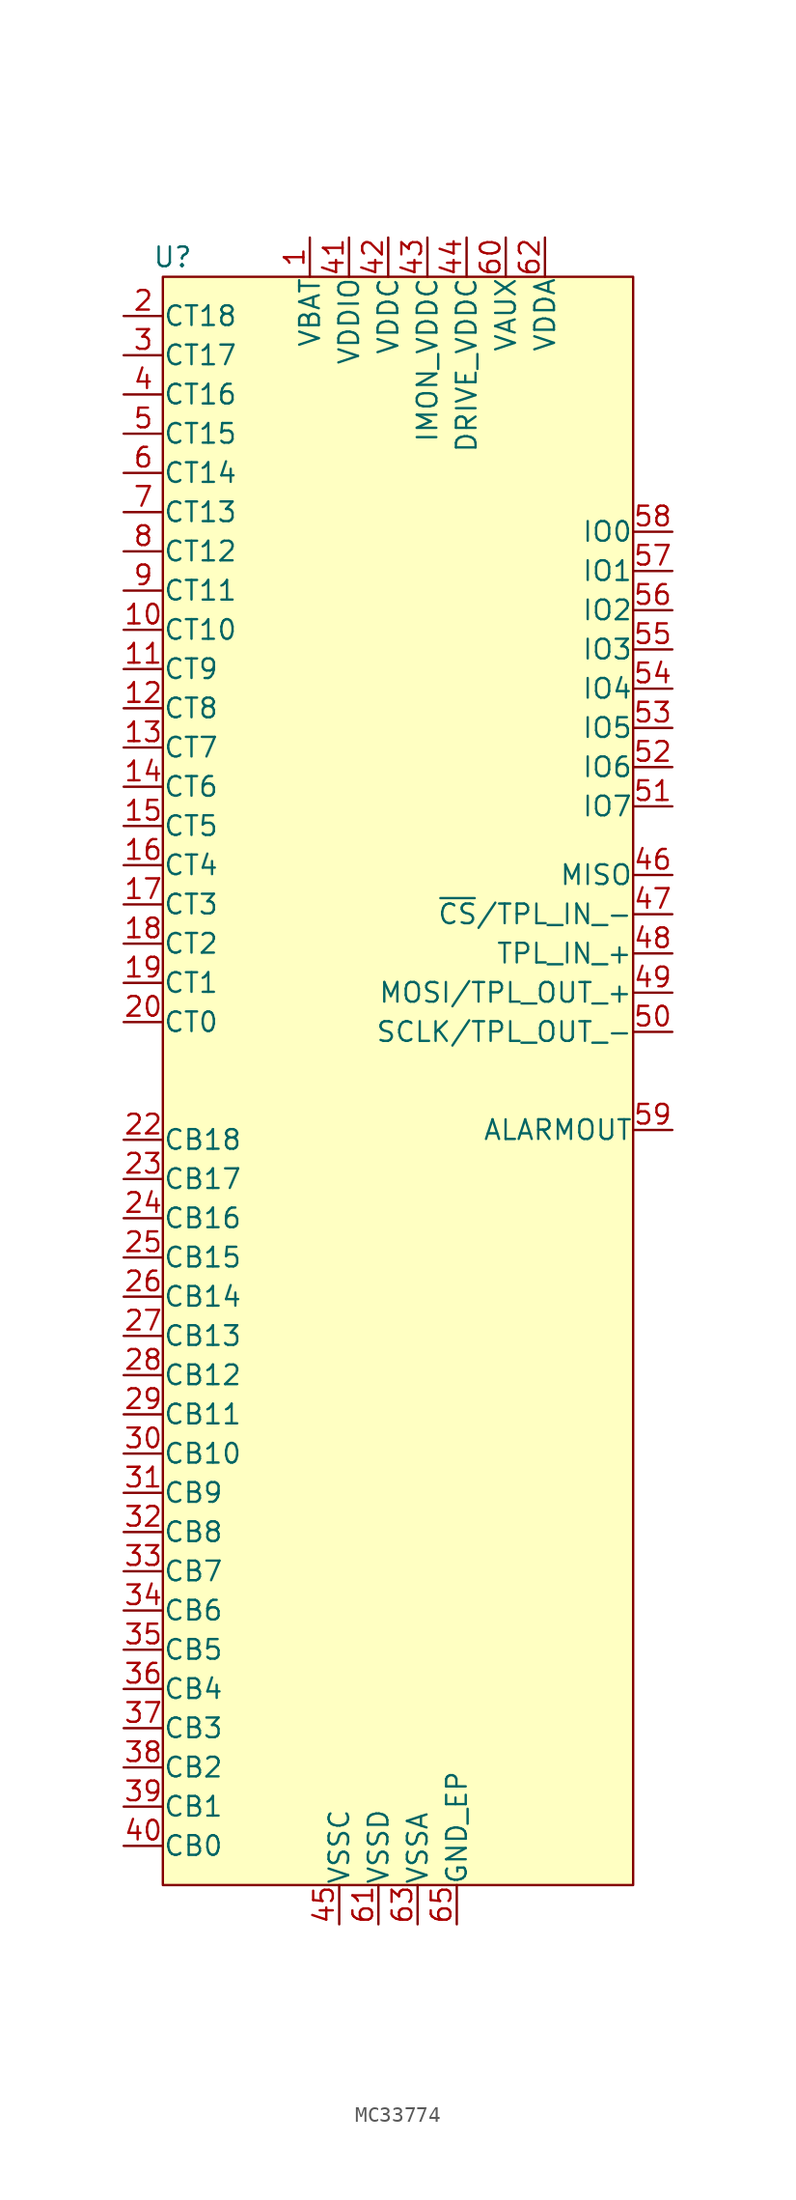
<source format=kicad_sym>
(kicad_symbol_lib
  (version 20231120)
  (generator "kicad_symbol_editor")
  (generator_version "8.0")
  (symbol "MC33774"
    (pin_names
      (offset 0.002))
    (property "Reference" "U"
      (at 0.635 1.27 0)
      (effects (font (size 1.27 1.27))))
    (symbol "MC33774_1_1"
      (rectangle (start 0 0) (end 30.48 -104.14) (stroke (width 0) (type default)) (fill (type background)))
      (pin power_in line (at 9.525 2.54 270) (length 2.54) (name "VBAT" (effects (font (size 1.27 1.27)))) (number "1" (effects (font (size 1.27 1.27)))))
      (pin input line (at -2.54 -22.86 0) (length 2.54) (name "CT10" (effects (font (size 1.27 1.27)))) (number "10" (effects (font (size 1.27 1.27)))))
      (pin input line (at -2.54 -25.4 0) (length 2.54) (name "CT9" (effects (font (size 1.27 1.27)))) (number "11" (effects (font (size 1.27 1.27)))))
      (pin input line (at -2.54 -27.94 0) (length 2.54) (name "CT8" (effects (font (size 1.27 1.27)))) (number "12" (effects (font (size 1.27 1.27)))))
      (pin input line (at -2.54 -30.48 0) (length 2.54) (name "CT7" (effects (font (size 1.27 1.27)))) (number "13" (effects (font (size 1.27 1.27)))))
      (pin input line (at -2.54 -33.02 0) (length 2.54) (name "CT6" (effects (font (size 1.27 1.27)))) (number "14" (effects (font (size 1.27 1.27)))))
      (pin input line (at -2.54 -35.56 0) (length 2.54) (name "CT5" (effects (font (size 1.27 1.27)))) (number "15" (effects (font (size 1.27 1.27)))))
      (pin input line (at -2.54 -38.1 0) (length 2.54) (name "CT4" (effects (font (size 1.27 1.27)))) (number "16" (effects (font (size 1.27 1.27)))))
      (pin input line (at -2.54 -40.64 0) (length 2.54) (name "CT3" (effects (font (size 1.27 1.27)))) (number "17" (effects (font (size 1.27 1.27)))))
      (pin input line (at -2.54 -43.18 0) (length 2.54) (name "CT2" (effects (font (size 1.27 1.27)))) (number "18" (effects (font (size 1.27 1.27)))))
      (pin input line (at -2.54 -45.72 0) (length 2.54) (name "CT1" (effects (font (size 1.27 1.27)))) (number "19" (effects (font (size 1.27 1.27)))))
      (pin input line (at -2.54 -2.54 0) (length 2.54) (name "CT18" (effects (font (size 1.27 1.27)))) (number "2" (effects (font (size 1.27 1.27)))))
      (pin input line (at -2.54 -48.26 0) (length 2.54) (name "CT0" (effects (font (size 1.27 1.27)))) (number "20" (effects (font (size 1.27 1.27)))))
      (pin no_connect line (at 26.67 -106.68 90) (length 2.54) hide (name "NC" (effects (font (size 1.27 1.27)))) (number "21" (effects (font (size 1.27 1.27)))))
      (pin input line (at -2.54 -55.88 0) (length 2.54) (name "CB18" (effects (font (size 1.27 1.27)))) (number "22" (effects (font (size 1.27 1.27)))))
      (pin input line (at -2.54 -58.42 0) (length 2.54) (name "CB17" (effects (font (size 1.27 1.27)))) (number "23" (effects (font (size 1.27 1.27)))))
      (pin input line (at -2.54 -60.96 0) (length 2.54) (name "CB16" (effects (font (size 1.27 1.27)))) (number "24" (effects (font (size 1.27 1.27)))))
      (pin input line (at -2.54 -63.5 0) (length 2.54) (name "CB15" (effects (font (size 1.27 1.27)))) (number "25" (effects (font (size 1.27 1.27)))))
      (pin input line (at -2.54 -66.04 0) (length 2.54) (name "CB14" (effects (font (size 1.27 1.27)))) (number "26" (effects (font (size 1.27 1.27)))))
      (pin input line (at -2.54 -68.58 0) (length 2.54) (name "CB13" (effects (font (size 1.27 1.27)))) (number "27" (effects (font (size 1.27 1.27)))))
      (pin input line (at -2.54 -71.12 0) (length 2.54) (name "CB12" (effects (font (size 1.27 1.27)))) (number "28" (effects (font (size 1.27 1.27)))))
      (pin input line (at -2.54 -73.66 0) (length 2.54) (name "CB11" (effects (font (size 1.27 1.27)))) (number "29" (effects (font (size 1.27 1.27)))))
      (pin input line (at -2.54 -5.08 0) (length 2.54) (name "CT17" (effects (font (size 1.27 1.27)))) (number "3" (effects (font (size 1.27 1.27)))))
      (pin input line (at -2.54 -76.2 0) (length 2.54) (name "CB10" (effects (font (size 1.27 1.27)))) (number "30" (effects (font (size 1.27 1.27)))))
      (pin input line (at -2.54 -78.74 0) (length 2.54) (name "CB9" (effects (font (size 1.27 1.27)))) (number "31" (effects (font (size 1.27 1.27)))))
      (pin input line (at -2.54 -81.28 0) (length 2.54) (name "CB8" (effects (font (size 1.27 1.27)))) (number "32" (effects (font (size 1.27 1.27)))))
      (pin input line (at -2.54 -83.82 0) (length 2.54) (name "CB7" (effects (font (size 1.27 1.27)))) (number "33" (effects (font (size 1.27 1.27)))))
      (pin input line (at -2.54 -86.36 0) (length 2.54) (name "CB6" (effects (font (size 1.27 1.27)))) (number "34" (effects (font (size 1.27 1.27)))))
      (pin input line (at -2.54 -88.9 0) (length 2.54) (name "CB5" (effects (font (size 1.27 1.27)))) (number "35" (effects (font (size 1.27 1.27)))))
      (pin input line (at -2.54 -91.44 0) (length 2.54) (name "CB4" (effects (font (size 1.27 1.27)))) (number "36" (effects (font (size 1.27 1.27)))))
      (pin input line (at -2.54 -93.98 0) (length 2.54) (name "CB3" (effects (font (size 1.27 1.27)))) (number "37" (effects (font (size 1.27 1.27)))))
      (pin input line (at -2.54 -96.52 0) (length 2.54) (name "CB2" (effects (font (size 1.27 1.27)))) (number "38" (effects (font (size 1.27 1.27)))))
      (pin input line (at -2.54 -99.06 0) (length 2.54) (name "CB1" (effects (font (size 1.27 1.27)))) (number "39" (effects (font (size 1.27 1.27)))))
      (pin input line (at -2.54 -7.62 0) (length 2.54) (name "CT16" (effects (font (size 1.27 1.27)))) (number "4" (effects (font (size 1.27 1.27)))))
      (pin input line (at -2.54 -101.6 0) (length 2.54) (name "CB0" (effects (font (size 1.27 1.27)))) (number "40" (effects (font (size 1.27 1.27)))))
      (pin power_in line (at 12.065 2.54 270) (length 2.54) (name "VDDIO" (effects (font (size 1.27 1.27)))) (number "41" (effects (font (size 1.27 1.27)))))
      (pin power_in line (at 14.605 2.54 270) (length 2.54) (name "VDDC" (effects (font (size 1.27 1.27)))) (number "42" (effects (font (size 1.27 1.27)))))
      (pin power_in line (at 17.145 2.54 270) (length 2.54) (name "IMON_VDDC" (effects (font (size 1.27 1.27)))) (number "43" (effects (font (size 1.27 1.27)))))
      (pin output line (at 19.685 2.54 270) (length 2.54) (name "DRIVE_VDDC" (effects (font (size 1.27 1.27)))) (number "44" (effects (font (size 1.27 1.27)))))
      (pin passive line (at 11.43 -106.68 90) (length 2.54) (name "VSSC" (effects (font (size 1.27 1.27)))) (number "45" (effects (font (size 1.27 1.27)))))
      (pin output line (at 33.02 -38.735 180) (length 2.54) (name "MISO" (effects (font (size 1.27 1.27)))) (number "46" (effects (font (size 1.27 1.27)))))
      (pin bidirectional line (at 33.02 -41.275 180) (length 2.54) (name "~{CS}/TPL_IN_-" (effects (font (size 1.27 1.27)))) (number "47" (effects (font (size 1.27 1.27)))))
      (pin bidirectional line (at 33.02 -43.815 180) (length 2.54) (name "TPL_IN_+" (effects (font (size 1.27 1.27)))) (number "48" (effects (font (size 1.27 1.27)))))
      (pin bidirectional line (at 33.02 -46.355 180) (length 2.54) (name "MOSI/TPL_OUT_+" (effects (font (size 1.27 1.27)))) (number "49" (effects (font (size 1.27 1.27)))))
      (pin input line (at -2.54 -10.16 0) (length 2.54) (name "CT15" (effects (font (size 1.27 1.27)))) (number "5" (effects (font (size 1.27 1.27)))))
      (pin bidirectional line (at 33.02 -48.895 180) (length 2.54) (name "SCLK/TPL_OUT_-" (effects (font (size 1.27 1.27)))) (number "50" (effects (font (size 1.27 1.27)))))
      (pin bidirectional line (at 33.02 -34.29 180) (length 2.54) (name "IO7" (effects (font (size 1.27 1.27)))) (number "51" (effects (font (size 1.27 1.27)))))
      (pin bidirectional line (at 33.02 -31.75 180) (length 2.54) (name "IO6" (effects (font (size 1.27 1.27)))) (number "52" (effects (font (size 1.27 1.27)))))
      (pin bidirectional line (at 33.02 -29.21 180) (length 2.54) (name "IO5" (effects (font (size 1.27 1.27)))) (number "53" (effects (font (size 1.27 1.27)))))
      (pin bidirectional line (at 33.02 -26.67 180) (length 2.54) (name "IO4" (effects (font (size 1.27 1.27)))) (number "54" (effects (font (size 1.27 1.27)))))
      (pin bidirectional line (at 33.02 -24.13 180) (length 2.54) (name "IO3" (effects (font (size 1.27 1.27)))) (number "55" (effects (font (size 1.27 1.27)))))
      (pin bidirectional line (at 33.02 -21.59 180) (length 2.54) (name "IO2" (effects (font (size 1.27 1.27)))) (number "56" (effects (font (size 1.27 1.27)))))
      (pin bidirectional line (at 33.02 -19.05 180) (length 2.54) (name "IO1" (effects (font (size 1.27 1.27)))) (number "57" (effects (font (size 1.27 1.27)))))
      (pin bidirectional line (at 33.02 -16.51 180) (length 2.54) (name "IO0" (effects (font (size 1.27 1.27)))) (number "58" (effects (font (size 1.27 1.27)))))
      (pin output line (at 33.02 -55.245 180) (length 2.54) (name "ALARMOUT" (effects (font (size 1.27 1.27)))) (number "59" (effects (font (size 1.27 1.27)))))
      (pin input line (at -2.54 -12.7 0) (length 2.54) (name "CT14" (effects (font (size 1.27 1.27)))) (number "6" (effects (font (size 1.27 1.27)))))
      (pin power_in line (at 22.225 2.54 270) (length 2.54) (name "VAUX" (effects (font (size 1.27 1.27)))) (number "60" (effects (font (size 1.27 1.27)))))
      (pin passive line (at 13.97 -106.68 90) (length 2.54) (name "VSSD" (effects (font (size 1.27 1.27)))) (number "61" (effects (font (size 1.27 1.27)))))
      (pin power_in line (at 24.765 2.54 270) (length 2.54) (name "VDDA" (effects (font (size 1.27 1.27)))) (number "62" (effects (font (size 1.27 1.27)))))
      (pin passive line (at 16.51 -106.68 90) (length 2.54) (name "VSSA" (effects (font (size 1.27 1.27)))) (number "63" (effects (font (size 1.27 1.27)))))
      (pin no_connect line (at 26.67 -106.68 90) (length 2.54) hide (name "NC" (effects (font (size 1.27 1.27)))) (number "64" (effects (font (size 1.27 1.27)))))
      (pin passive line (at 19.05 -106.68 90) (length 2.54) (name "GND_EP" (effects (font (size 1.27 1.27)))) (number "65" (effects (font (size 1.27 1.27)))))
      (pin input line (at -2.54 -15.24 0) (length 2.54) (name "CT13" (effects (font (size 1.27 1.27)))) (number "7" (effects (font (size 1.27 1.27)))))
      (pin input line (at -2.54 -17.78 0) (length 2.54) (name "CT12" (effects (font (size 1.27 1.27)))) (number "8" (effects (font (size 1.27 1.27)))))
      (pin input line (at -2.54 -20.32 0) (length 2.54) (name "CT11" (effects (font (size 1.27 1.27)))) (number "9" (effects (font (size 1.27 1.27))))))))
</source>
